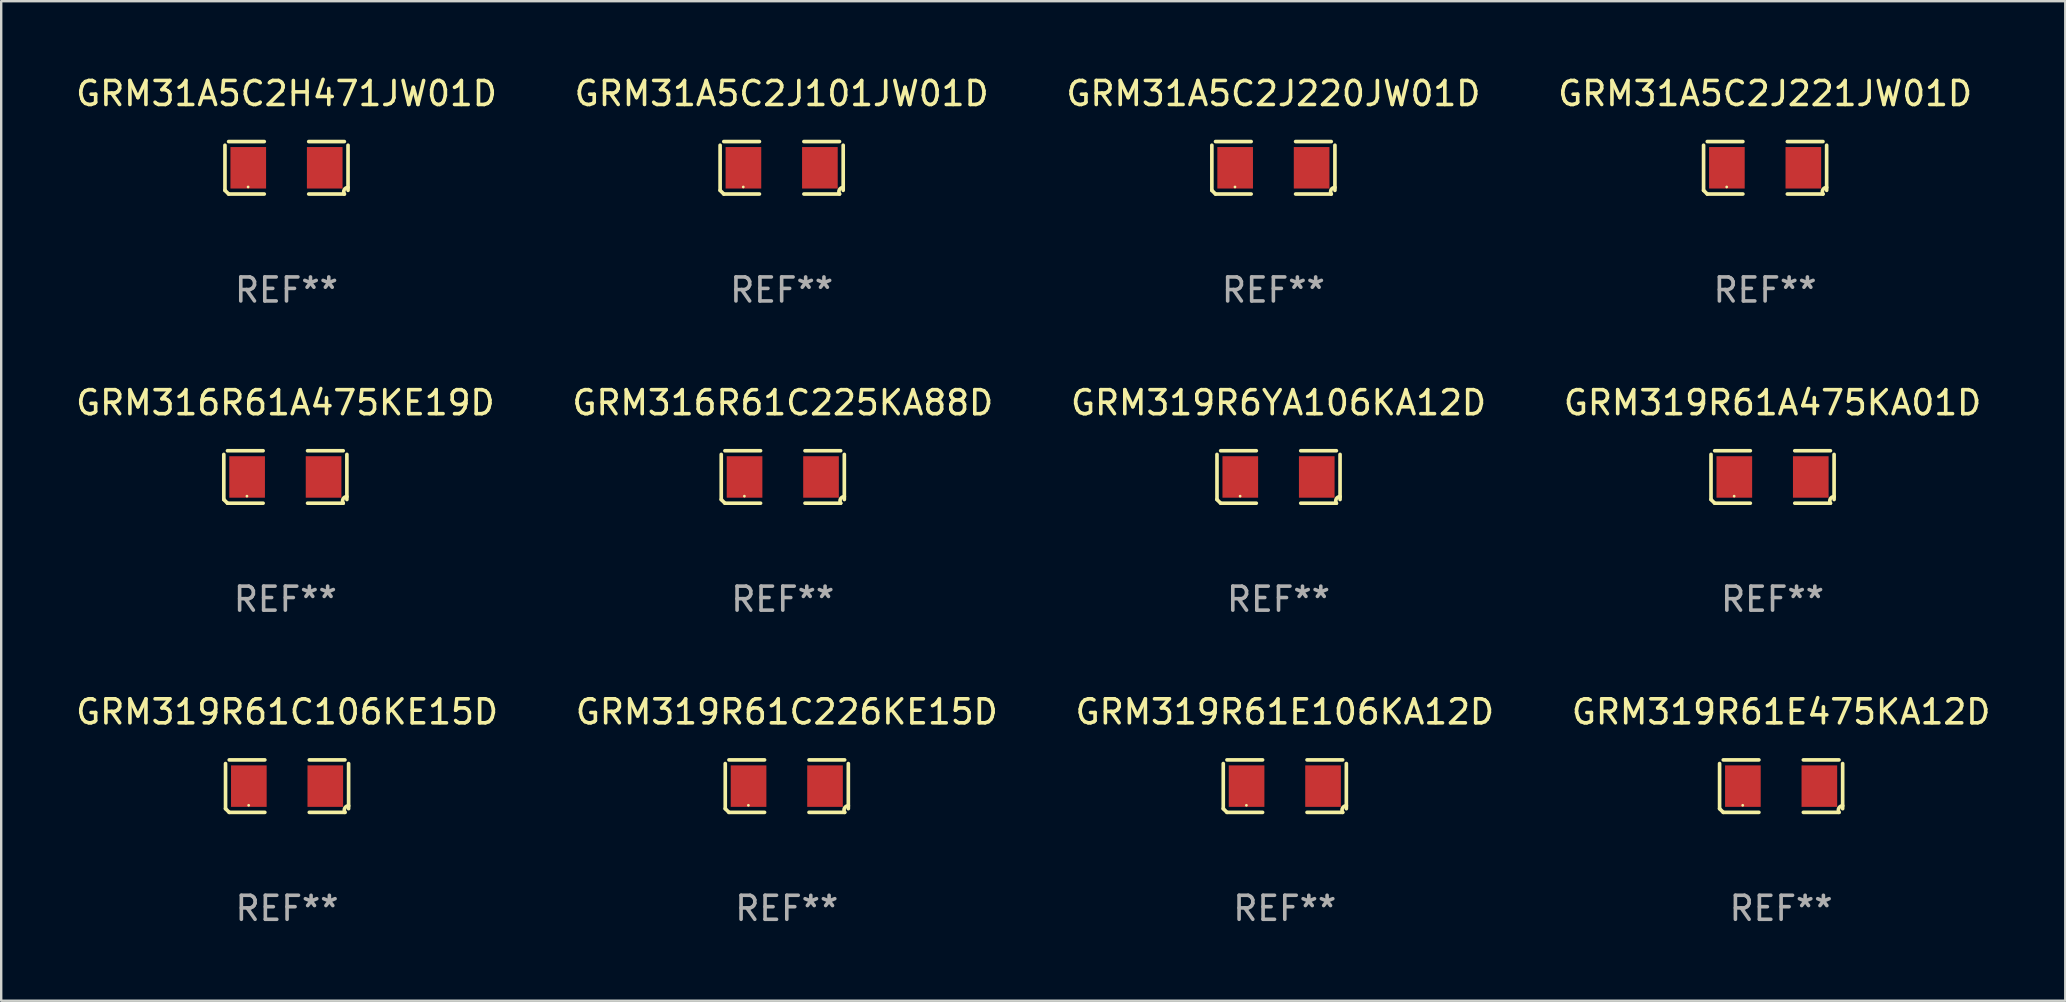
<source format=kicad_pcb>
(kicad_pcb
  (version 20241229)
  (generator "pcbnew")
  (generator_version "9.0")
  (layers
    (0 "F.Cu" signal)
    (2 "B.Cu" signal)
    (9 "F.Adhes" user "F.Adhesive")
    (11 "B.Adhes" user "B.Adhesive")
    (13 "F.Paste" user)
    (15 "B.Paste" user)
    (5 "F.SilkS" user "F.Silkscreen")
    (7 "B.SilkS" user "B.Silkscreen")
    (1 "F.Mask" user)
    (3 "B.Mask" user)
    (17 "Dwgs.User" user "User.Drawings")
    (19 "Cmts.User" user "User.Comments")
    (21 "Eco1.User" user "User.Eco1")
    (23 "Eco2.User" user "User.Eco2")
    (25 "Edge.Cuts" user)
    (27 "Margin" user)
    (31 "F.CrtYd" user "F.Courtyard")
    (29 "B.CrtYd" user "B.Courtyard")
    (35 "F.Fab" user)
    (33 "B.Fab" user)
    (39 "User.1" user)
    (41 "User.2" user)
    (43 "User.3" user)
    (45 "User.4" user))
  (footprint "GRM316R61C225KA88D"
    (layer "F.Cu")
    (at 29.565 16.823)
    (property "Reference" "GRM316R61C225KA88D" (at 0 -3.093 0) (layer "F.SilkS") (effects (font (size 1 1) (thickness 0.15))))
    (attr through_hole)
    (fp_line (start -2.564 0.94) (end -2.564 -0.94) (stroke (width 0.152) (type solid)) (layer "F.SilkS"))
    (fp_line (start -2.411 -1.093) (end -0.926 -1.093) (stroke (width 0.152) (type solid)) (layer "F.SilkS"))
    (fp_line (start -0.926 1.093) (end -2.411 1.093) (stroke (width 0.152) (type solid)) (layer "F.SilkS"))
    (fp_line (start 0.926 1.093) (end 2.411 1.093) (stroke (width 0.152) (type solid)) (layer "F.SilkS"))
    (fp_line (start 2.411 -1.093) (end 0.926 -1.093) (stroke (width 0.152) (type solid)) (layer "F.SilkS"))
    (fp_line (start 2.564 0.94) (end 2.564 -0.94) (stroke (width 0.152) (type solid)) (layer "F.SilkS"))
    (fp_arc (start -2.411201 1.092609) (mid -2.487413 1.01642) (end -2.563602 0.940208) (stroke (width 0.1524) (type solid)) (layer "F.SilkS"))
    (fp_arc (start 2.411201 1.092609) (mid 2.407159 0.911226) (end 2.563602 0.819347) (stroke (width 0.1524) (type solid)) (layer "F.SilkS"))
    (fp_circle (center -1.6 0.8) (end -1.57 0.8) (stroke (width 0.06) (type solid)) (fill no) (layer "F.SilkS"))
    (fp_text user "REF**" (at 0 5.093 0) (layer "F.Fab") (effects (font (size 1 1) (thickness 0.15))))
    (pad "1" smd rect (at -1.593 0) (size 1.485 1.728) (layers "F.Cu" "F.Mask" "F.Paste"))
    (pad "2" smd rect (at 1.593 0) (size 1.485 1.728) (layers "F.Cu" "F.Mask" "F.Paste")))
  (footprint "GRM31A5C2J101JW01D"
    (layer "F.Cu")
    (at 29.518 3.941)
    (property "Reference" "GRM31A5C2J101JW01D" (at 0 -3.093 0) (layer "F.SilkS") (effects (font (size 1 1) (thickness 0.15))))
    (attr through_hole)
    (fp_line (start -2.564 0.94) (end -2.564 -0.94) (stroke (width 0.152) (type solid)) (layer "F.SilkS"))
    (fp_line (start -2.411 -1.093) (end -0.926 -1.093) (stroke (width 0.152) (type solid)) (layer "F.SilkS"))
    (fp_line (start -0.926 1.093) (end -2.411 1.093) (stroke (width 0.152) (type solid)) (layer "F.SilkS"))
    (fp_line (start 0.926 1.093) (end 2.411 1.093) (stroke (width 0.152) (type solid)) (layer "F.SilkS"))
    (fp_line (start 2.411 -1.093) (end 0.926 -1.093) (stroke (width 0.152) (type solid)) (layer "F.SilkS"))
    (fp_line (start 2.564 0.94) (end 2.564 -0.94) (stroke (width 0.152) (type solid)) (layer "F.SilkS"))
    (fp_arc (start -2.411201 1.092609) (mid -2.487413 1.01642) (end -2.563602 0.940208) (stroke (width 0.1524) (type solid)) (layer "F.SilkS"))
    (fp_arc (start 2.411201 1.092609) (mid 2.407159 0.911226) (end 2.563602 0.819347) (stroke (width 0.1524) (type solid)) (layer "F.SilkS"))
    (fp_circle (center -1.6 0.8) (end -1.57 0.8) (stroke (width 0.06) (type solid)) (fill no) (layer "F.SilkS"))
    (fp_text user "REF**" (at 0 5.093 0) (layer "F.Fab") (effects (font (size 1 1) (thickness 0.15))))
    (pad "1" smd rect (at -1.593 0) (size 1.485 1.728) (layers "F.Cu" "F.Mask" "F.Paste"))
    (pad "2" smd rect (at 1.593 0) (size 1.485 1.728) (layers "F.Cu" "F.Mask" "F.Paste")))
  (footprint "GRM316R61A475KE19D"
    (layer "F.Cu")
    (at 8.839 16.823)
    (property "Reference" "GRM316R61A475KE19D" (at 0 -3.093 0) (layer "F.SilkS") (effects (font (size 1 1) (thickness 0.15))))
    (attr through_hole)
    (fp_line (start -2.564 0.94) (end -2.564 -0.94) (stroke (width 0.152) (type solid)) (layer "F.SilkS"))
    (fp_line (start -2.411 -1.093) (end -0.926 -1.093) (stroke (width 0.152) (type solid)) (layer "F.SilkS"))
    (fp_line (start -0.926 1.093) (end -2.411 1.093) (stroke (width 0.152) (type solid)) (layer "F.SilkS"))
    (fp_line (start 0.926 1.093) (end 2.411 1.093) (stroke (width 0.152) (type solid)) (layer "F.SilkS"))
    (fp_line (start 2.411 -1.093) (end 0.926 -1.093) (stroke (width 0.152) (type solid)) (layer "F.SilkS"))
    (fp_line (start 2.564 0.94) (end 2.564 -0.94) (stroke (width 0.152) (type solid)) (layer "F.SilkS"))
    (fp_arc (start -2.411201 1.092609) (mid -2.487413 1.01642) (end -2.563602 0.940208) (stroke (width 0.1524) (type solid)) (layer "F.SilkS"))
    (fp_arc (start 2.411201 1.092609) (mid 2.407159 0.911226) (end 2.563602 0.819347) (stroke (width 0.1524) (type solid)) (layer "F.SilkS"))
    (fp_circle (center -1.6 0.8) (end -1.57 0.8) (stroke (width 0.06) (type solid)) (fill no) (layer "F.SilkS"))
    (fp_text user "REF**" (at 0 5.093 0) (layer "F.Fab") (effects (font (size 1 1) (thickness 0.15))))
    (pad "1" smd rect (at -1.593 0) (size 1.485 1.728) (layers "F.Cu" "F.Mask" "F.Paste"))
    (pad "2" smd rect (at 1.593 0) (size 1.485 1.728) (layers "F.Cu" "F.Mask" "F.Paste")))
  (footprint "GRM319R61E475KA12D"
    (layer "F.Cu")
    (at 71.161 29.704)
    (property "Reference" "GRM319R61E475KA12D" (at 0 -3.093 0) (layer "F.SilkS") (effects (font (size 1 1) (thickness 0.15))))
    (attr through_hole)
    (fp_line (start -2.564 0.94) (end -2.564 -0.94) (stroke (width 0.152) (type solid)) (layer "F.SilkS"))
    (fp_line (start -2.411 -1.093) (end -0.926 -1.093) (stroke (width 0.152) (type solid)) (layer "F.SilkS"))
    (fp_line (start -0.926 1.093) (end -2.411 1.093) (stroke (width 0.152) (type solid)) (layer "F.SilkS"))
    (fp_line (start 0.926 1.093) (end 2.411 1.093) (stroke (width 0.152) (type solid)) (layer "F.SilkS"))
    (fp_line (start 2.411 -1.093) (end 0.926 -1.093) (stroke (width 0.152) (type solid)) (layer "F.SilkS"))
    (fp_line (start 2.564 0.94) (end 2.564 -0.94) (stroke (width 0.152) (type solid)) (layer "F.SilkS"))
    (fp_arc (start -2.411201 1.092609) (mid -2.487413 1.01642) (end -2.563602 0.940208) (stroke (width 0.1524) (type solid)) (layer "F.SilkS"))
    (fp_arc (start 2.411201 1.092609) (mid 2.407159 0.911226) (end 2.563602 0.819347) (stroke (width 0.1524) (type solid)) (layer "F.SilkS"))
    (fp_circle (center -1.6 0.8) (end -1.57 0.8) (stroke (width 0.06) (type solid)) (fill no) (layer "F.SilkS"))
    (fp_text user "REF**" (at 0 5.093 0) (layer "F.Fab") (effects (font (size 1 1) (thickness 0.15))))
    (pad "1" smd rect (at -1.593 0) (size 1.485 1.728) (layers "F.Cu" "F.Mask" "F.Paste"))
    (pad "2" smd rect (at 1.593 0) (size 1.485 1.728) (layers "F.Cu" "F.Mask" "F.Paste")))
  (footprint "GRM319R6YA106KA12D"
    (layer "F.Cu")
    (at 50.22 16.823)
    (property "Reference" "GRM319R6YA106KA12D" (at 0 -3.093 0) (layer "F.SilkS") (effects (font (size 1 1) (thickness 0.15))))
    (attr through_hole)
    (fp_line (start -2.564 0.94) (end -2.564 -0.94) (stroke (width 0.152) (type solid)) (layer "F.SilkS"))
    (fp_line (start -2.411 -1.093) (end -0.926 -1.093) (stroke (width 0.152) (type solid)) (layer "F.SilkS"))
    (fp_line (start -0.926 1.093) (end -2.411 1.093) (stroke (width 0.152) (type solid)) (layer "F.SilkS"))
    (fp_line (start 0.926 1.093) (end 2.411 1.093) (stroke (width 0.152) (type solid)) (layer "F.SilkS"))
    (fp_line (start 2.411 -1.093) (end 0.926 -1.093) (stroke (width 0.152) (type solid)) (layer "F.SilkS"))
    (fp_line (start 2.564 0.94) (end 2.564 -0.94) (stroke (width 0.152) (type solid)) (layer "F.SilkS"))
    (fp_arc (start -2.411201 1.092609) (mid -2.487413 1.01642) (end -2.563602 0.940208) (stroke (width 0.1524) (type solid)) (layer "F.SilkS"))
    (fp_arc (start 2.411201 1.092609) (mid 2.407159 0.911226) (end 2.563602 0.819347) (stroke (width 0.1524) (type solid)) (layer "F.SilkS"))
    (fp_circle (center -1.6 0.8) (end -1.57 0.8) (stroke (width 0.06) (type solid)) (fill no) (layer "F.SilkS"))
    (fp_text user "REF**" (at 0 5.093 0) (layer "F.Fab") (effects (font (size 1 1) (thickness 0.15))))
    (pad "1" smd rect (at -1.593 0) (size 1.485 1.728) (layers "F.Cu" "F.Mask" "F.Paste"))
    (pad "2" smd rect (at 1.593 0) (size 1.485 1.728) (layers "F.Cu" "F.Mask" "F.Paste")))
  (footprint "GRM31A5C2J221JW01D"
    (layer "F.Cu")
    (at 70.494 3.941)
    (property "Reference" "GRM31A5C2J221JW01D" (at 0 -3.093 0) (layer "F.SilkS") (effects (font (size 1 1) (thickness 0.15))))
    (attr through_hole)
    (fp_line (start -2.564 0.94) (end -2.564 -0.94) (stroke (width 0.152) (type solid)) (layer "F.SilkS"))
    (fp_line (start -2.411 -1.093) (end -0.926 -1.093) (stroke (width 0.152) (type solid)) (layer "F.SilkS"))
    (fp_line (start -0.926 1.093) (end -2.411 1.093) (stroke (width 0.152) (type solid)) (layer "F.SilkS"))
    (fp_line (start 0.926 1.093) (end 2.411 1.093) (stroke (width 0.152) (type solid)) (layer "F.SilkS"))
    (fp_line (start 2.411 -1.093) (end 0.926 -1.093) (stroke (width 0.152) (type solid)) (layer "F.SilkS"))
    (fp_line (start 2.564 0.94) (end 2.564 -0.94) (stroke (width 0.152) (type solid)) (layer "F.SilkS"))
    (fp_arc (start -2.411201 1.092609) (mid -2.487413 1.01642) (end -2.563602 0.940208) (stroke (width 0.1524) (type solid)) (layer "F.SilkS"))
    (fp_arc (start 2.411201 1.092609) (mid 2.407159 0.911226) (end 2.563602 0.819347) (stroke (width 0.1524) (type solid)) (layer "F.SilkS"))
    (fp_circle (center -1.6 0.8) (end -1.57 0.8) (stroke (width 0.06) (type solid)) (fill no) (layer "F.SilkS"))
    (fp_text user "REF**" (at 0 5.093 0) (layer "F.Fab") (effects (font (size 1 1) (thickness 0.15))))
    (pad "1" smd rect (at -1.593 0) (size 1.485 1.728) (layers "F.Cu" "F.Mask" "F.Paste"))
    (pad "2" smd rect (at 1.593 0) (size 1.485 1.728) (layers "F.Cu" "F.Mask" "F.Paste")))
  (footprint "GRM319R61A475KA01D"
    (layer "F.Cu")
    (at 70.804 16.823)
    (property "Reference" "GRM319R61A475KA01D" (at 0 -3.093 0) (layer "F.SilkS") (effects (font (size 1 1) (thickness 0.15))))
    (attr through_hole)
    (fp_line (start -2.564 0.94) (end -2.564 -0.94) (stroke (width 0.152) (type solid)) (layer "F.SilkS"))
    (fp_line (start -2.411 -1.093) (end -0.926 -1.093) (stroke (width 0.152) (type solid)) (layer "F.SilkS"))
    (fp_line (start -0.926 1.093) (end -2.411 1.093) (stroke (width 0.152) (type solid)) (layer "F.SilkS"))
    (fp_line (start 0.926 1.093) (end 2.411 1.093) (stroke (width 0.152) (type solid)) (layer "F.SilkS"))
    (fp_line (start 2.411 -1.093) (end 0.926 -1.093) (stroke (width 0.152) (type solid)) (layer "F.SilkS"))
    (fp_line (start 2.564 0.94) (end 2.564 -0.94) (stroke (width 0.152) (type solid)) (layer "F.SilkS"))
    (fp_arc (start -2.411201 1.092609) (mid -2.487413 1.01642) (end -2.563602 0.940208) (stroke (width 0.1524) (type solid)) (layer "F.SilkS"))
    (fp_arc (start 2.411201 1.092609) (mid 2.407159 0.911226) (end 2.563602 0.819347) (stroke (width 0.1524) (type solid)) (layer "F.SilkS"))
    (fp_circle (center -1.6 0.8) (end -1.57 0.8) (stroke (width 0.06) (type solid)) (fill no) (layer "F.SilkS"))
    (fp_text user "REF**" (at 0 5.093 0) (layer "F.Fab") (effects (font (size 1 1) (thickness 0.15))))
    (pad "1" smd rect (at -1.593 0) (size 1.485 1.728) (layers "F.Cu" "F.Mask" "F.Paste"))
    (pad "2" smd rect (at 1.593 0) (size 1.485 1.728) (layers "F.Cu" "F.Mask" "F.Paste")))
  (footprint "GRM31A5C2J220JW01D"
    (layer "F.Cu")
    (at 50.006 3.941)
    (property "Reference" "GRM31A5C2J220JW01D" (at 0 -3.093 0) (layer "F.SilkS") (effects (font (size 1 1) (thickness 0.15))))
    (attr through_hole)
    (fp_line (start -2.564 0.94) (end -2.564 -0.94) (stroke (width 0.152) (type solid)) (layer "F.SilkS"))
    (fp_line (start -2.411 -1.093) (end -0.926 -1.093) (stroke (width 0.152) (type solid)) (layer "F.SilkS"))
    (fp_line (start -0.926 1.093) (end -2.411 1.093) (stroke (width 0.152) (type solid)) (layer "F.SilkS"))
    (fp_line (start 0.926 1.093) (end 2.411 1.093) (stroke (width 0.152) (type solid)) (layer "F.SilkS"))
    (fp_line (start 2.411 -1.093) (end 0.926 -1.093) (stroke (width 0.152) (type solid)) (layer "F.SilkS"))
    (fp_line (start 2.564 0.94) (end 2.564 -0.94) (stroke (width 0.152) (type solid)) (layer "F.SilkS"))
    (fp_arc (start -2.411201 1.092609) (mid -2.487413 1.01642) (end -2.563602 0.940208) (stroke (width 0.1524) (type solid)) (layer "F.SilkS"))
    (fp_arc (start 2.411201 1.092609) (mid 2.407159 0.911226) (end 2.563602 0.819347) (stroke (width 0.1524) (type solid)) (layer "F.SilkS"))
    (fp_circle (center -1.6 0.8) (end -1.57 0.8) (stroke (width 0.06) (type solid)) (fill no) (layer "F.SilkS"))
    (fp_text user "REF**" (at 0 5.093 0) (layer "F.Fab") (effects (font (size 1 1) (thickness 0.15))))
    (pad "1" smd rect (at -1.593 0) (size 1.485 1.728) (layers "F.Cu" "F.Mask" "F.Paste"))
    (pad "2" smd rect (at 1.593 0) (size 1.485 1.728) (layers "F.Cu" "F.Mask" "F.Paste")))
  (footprint "GRM319R61C106KE15D"
    (layer "F.Cu")
    (at 8.911 29.704)
    (property "Reference" "GRM319R61C106KE15D" (at 0 -3.093 0) (layer "F.SilkS") (effects (font (size 1 1) (thickness 0.15))))
    (attr through_hole)
    (fp_line (start -2.564 0.94) (end -2.564 -0.94) (stroke (width 0.152) (type solid)) (layer "F.SilkS"))
    (fp_line (start -2.411 -1.093) (end -0.926 -1.093) (stroke (width 0.152) (type solid)) (layer "F.SilkS"))
    (fp_line (start -0.926 1.093) (end -2.411 1.093) (stroke (width 0.152) (type solid)) (layer "F.SilkS"))
    (fp_line (start 0.926 1.093) (end 2.411 1.093) (stroke (width 0.152) (type solid)) (layer "F.SilkS"))
    (fp_line (start 2.411 -1.093) (end 0.926 -1.093) (stroke (width 0.152) (type solid)) (layer "F.SilkS"))
    (fp_line (start 2.564 0.94) (end 2.564 -0.94) (stroke (width 0.152) (type solid)) (layer "F.SilkS"))
    (fp_arc (start -2.411201 1.092609) (mid -2.487413 1.01642) (end -2.563602 0.940208) (stroke (width 0.1524) (type solid)) (layer "F.SilkS"))
    (fp_arc (start 2.411201 1.092609) (mid 2.407159 0.911226) (end 2.563602 0.819347) (stroke (width 0.1524) (type solid)) (layer "F.SilkS"))
    (fp_circle (center -1.6 0.8) (end -1.57 0.8) (stroke (width 0.06) (type solid)) (fill no) (layer "F.SilkS"))
    (fp_text user "REF**" (at 0 5.093 0) (layer "F.Fab") (effects (font (size 1 1) (thickness 0.15))))
    (pad "1" smd rect (at -1.593 0) (size 1.485 1.728) (layers "F.Cu" "F.Mask" "F.Paste"))
    (pad "2" smd rect (at 1.593 0) (size 1.485 1.728) (layers "F.Cu" "F.Mask" "F.Paste")))
  (footprint "GRM319R61C226KE15D"
    (layer "F.Cu")
    (at 29.732 29.704)
    (property "Reference" "GRM319R61C226KE15D" (at 0 -3.093 0) (layer "F.SilkS") (effects (font (size 1 1) (thickness 0.15))))
    (attr through_hole)
    (fp_line (start -2.564 0.94) (end -2.564 -0.94) (stroke (width 0.152) (type solid)) (layer "F.SilkS"))
    (fp_line (start -2.411 -1.093) (end -0.926 -1.093) (stroke (width 0.152) (type solid)) (layer "F.SilkS"))
    (fp_line (start -0.926 1.093) (end -2.411 1.093) (stroke (width 0.152) (type solid)) (layer "F.SilkS"))
    (fp_line (start 0.926 1.093) (end 2.411 1.093) (stroke (width 0.152) (type solid)) (layer "F.SilkS"))
    (fp_line (start 2.411 -1.093) (end 0.926 -1.093) (stroke (width 0.152) (type solid)) (layer "F.SilkS"))
    (fp_line (start 2.564 0.94) (end 2.564 -0.94) (stroke (width 0.152) (type solid)) (layer "F.SilkS"))
    (fp_arc (start -2.411201 1.092609) (mid -2.487413 1.01642) (end -2.563602 0.940208) (stroke (width 0.1524) (type solid)) (layer "F.SilkS"))
    (fp_arc (start 2.411201 1.092609) (mid 2.407159 0.911226) (end 2.563602 0.819347) (stroke (width 0.1524) (type solid)) (layer "F.SilkS"))
    (fp_circle (center -1.6 0.8) (end -1.57 0.8) (stroke (width 0.06) (type solid)) (fill no) (layer "F.SilkS"))
    (fp_text user "REF**" (at 0 5.093 0) (layer "F.Fab") (effects (font (size 1 1) (thickness 0.15))))
    (pad "1" smd rect (at -1.593 0) (size 1.485 1.728) (layers "F.Cu" "F.Mask" "F.Paste"))
    (pad "2" smd rect (at 1.593 0) (size 1.485 1.728) (layers "F.Cu" "F.Mask" "F.Paste")))
  (footprint "GRM319R61E106KA12D"
    (layer "F.Cu")
    (at 50.482 29.704)
    (property "Reference" "GRM319R61E106KA12D" (at 0 -3.093 0) (layer "F.SilkS") (effects (font (size 1 1) (thickness 0.15))))
    (attr through_hole)
    (fp_line (start -2.564 0.94) (end -2.564 -0.94) (stroke (width 0.152) (type solid)) (layer "F.SilkS"))
    (fp_line (start -2.411 -1.093) (end -0.926 -1.093) (stroke (width 0.152) (type solid)) (layer "F.SilkS"))
    (fp_line (start -0.926 1.093) (end -2.411 1.093) (stroke (width 0.152) (type solid)) (layer "F.SilkS"))
    (fp_line (start 0.926 1.093) (end 2.411 1.093) (stroke (width 0.152) (type solid)) (layer "F.SilkS"))
    (fp_line (start 2.411 -1.093) (end 0.926 -1.093) (stroke (width 0.152) (type solid)) (layer "F.SilkS"))
    (fp_line (start 2.564 0.94) (end 2.564 -0.94) (stroke (width 0.152) (type solid)) (layer "F.SilkS"))
    (fp_arc (start -2.411201 1.092609) (mid -2.487413 1.01642) (end -2.563602 0.940208) (stroke (width 0.1524) (type solid)) (layer "F.SilkS"))
    (fp_arc (start 2.411201 1.092609) (mid 2.407159 0.911226) (end 2.563602 0.819347) (stroke (width 0.1524) (type solid)) (layer "F.SilkS"))
    (fp_circle (center -1.6 0.8) (end -1.57 0.8) (stroke (width 0.06) (type solid)) (fill no) (layer "F.SilkS"))
    (fp_text user "REF**" (at 0 5.093 0) (layer "F.Fab") (effects (font (size 1 1) (thickness 0.15))))
    (pad "1" smd rect (at -1.593 0) (size 1.485 1.728) (layers "F.Cu" "F.Mask" "F.Paste"))
    (pad "2" smd rect (at 1.593 0) (size 1.485 1.728) (layers "F.Cu" "F.Mask" "F.Paste")))
  (footprint "GRM31A5C2H471JW01D"
    (layer "F.Cu")
    (at 8.887 3.941)
    (property "Reference" "GRM31A5C2H471JW01D" (at 0 -3.093 0) (layer "F.SilkS") (effects (font (size 1 1) (thickness 0.15))))
    (attr through_hole)
    (fp_line (start -2.564 0.94) (end -2.564 -0.94) (stroke (width 0.152) (type solid)) (layer "F.SilkS"))
    (fp_line (start -2.411 -1.093) (end -0.926 -1.093) (stroke (width 0.152) (type solid)) (layer "F.SilkS"))
    (fp_line (start -0.926 1.093) (end -2.411 1.093) (stroke (width 0.152) (type solid)) (layer "F.SilkS"))
    (fp_line (start 0.926 1.093) (end 2.411 1.093) (stroke (width 0.152) (type solid)) (layer "F.SilkS"))
    (fp_line (start 2.411 -1.093) (end 0.926 -1.093) (stroke (width 0.152) (type solid)) (layer "F.SilkS"))
    (fp_line (start 2.564 0.94) (end 2.564 -0.94) (stroke (width 0.152) (type solid)) (layer "F.SilkS"))
    (fp_arc (start -2.411201 1.092609) (mid -2.487413 1.01642) (end -2.563602 0.940208) (stroke (width 0.1524) (type solid)) (layer "F.SilkS"))
    (fp_arc (start 2.411201 1.092609) (mid 2.407159 0.911226) (end 2.563602 0.819347) (stroke (width 0.1524) (type solid)) (layer "F.SilkS"))
    (fp_circle (center -1.6 0.8) (end -1.57 0.8) (stroke (width 0.06) (type solid)) (fill no) (layer "F.SilkS"))
    (fp_text user "REF**" (at 0 5.093 0) (layer "F.Fab") (effects (font (size 1 1) (thickness 0.15))))
    (pad "1" smd rect (at -1.593 0) (size 1.485 1.728) (layers "F.Cu" "F.Mask" "F.Paste"))
    (pad "2" smd rect (at 1.593 0) (size 1.485 1.728) (layers "F.Cu" "F.Mask" "F.Paste")))
  (gr_rect
    (start -3 -3)
    (end 83 38.645)
    (stroke (width 0.1) (type default))
    (fill no)
    (layer "Edge.Cuts")))
</source>
